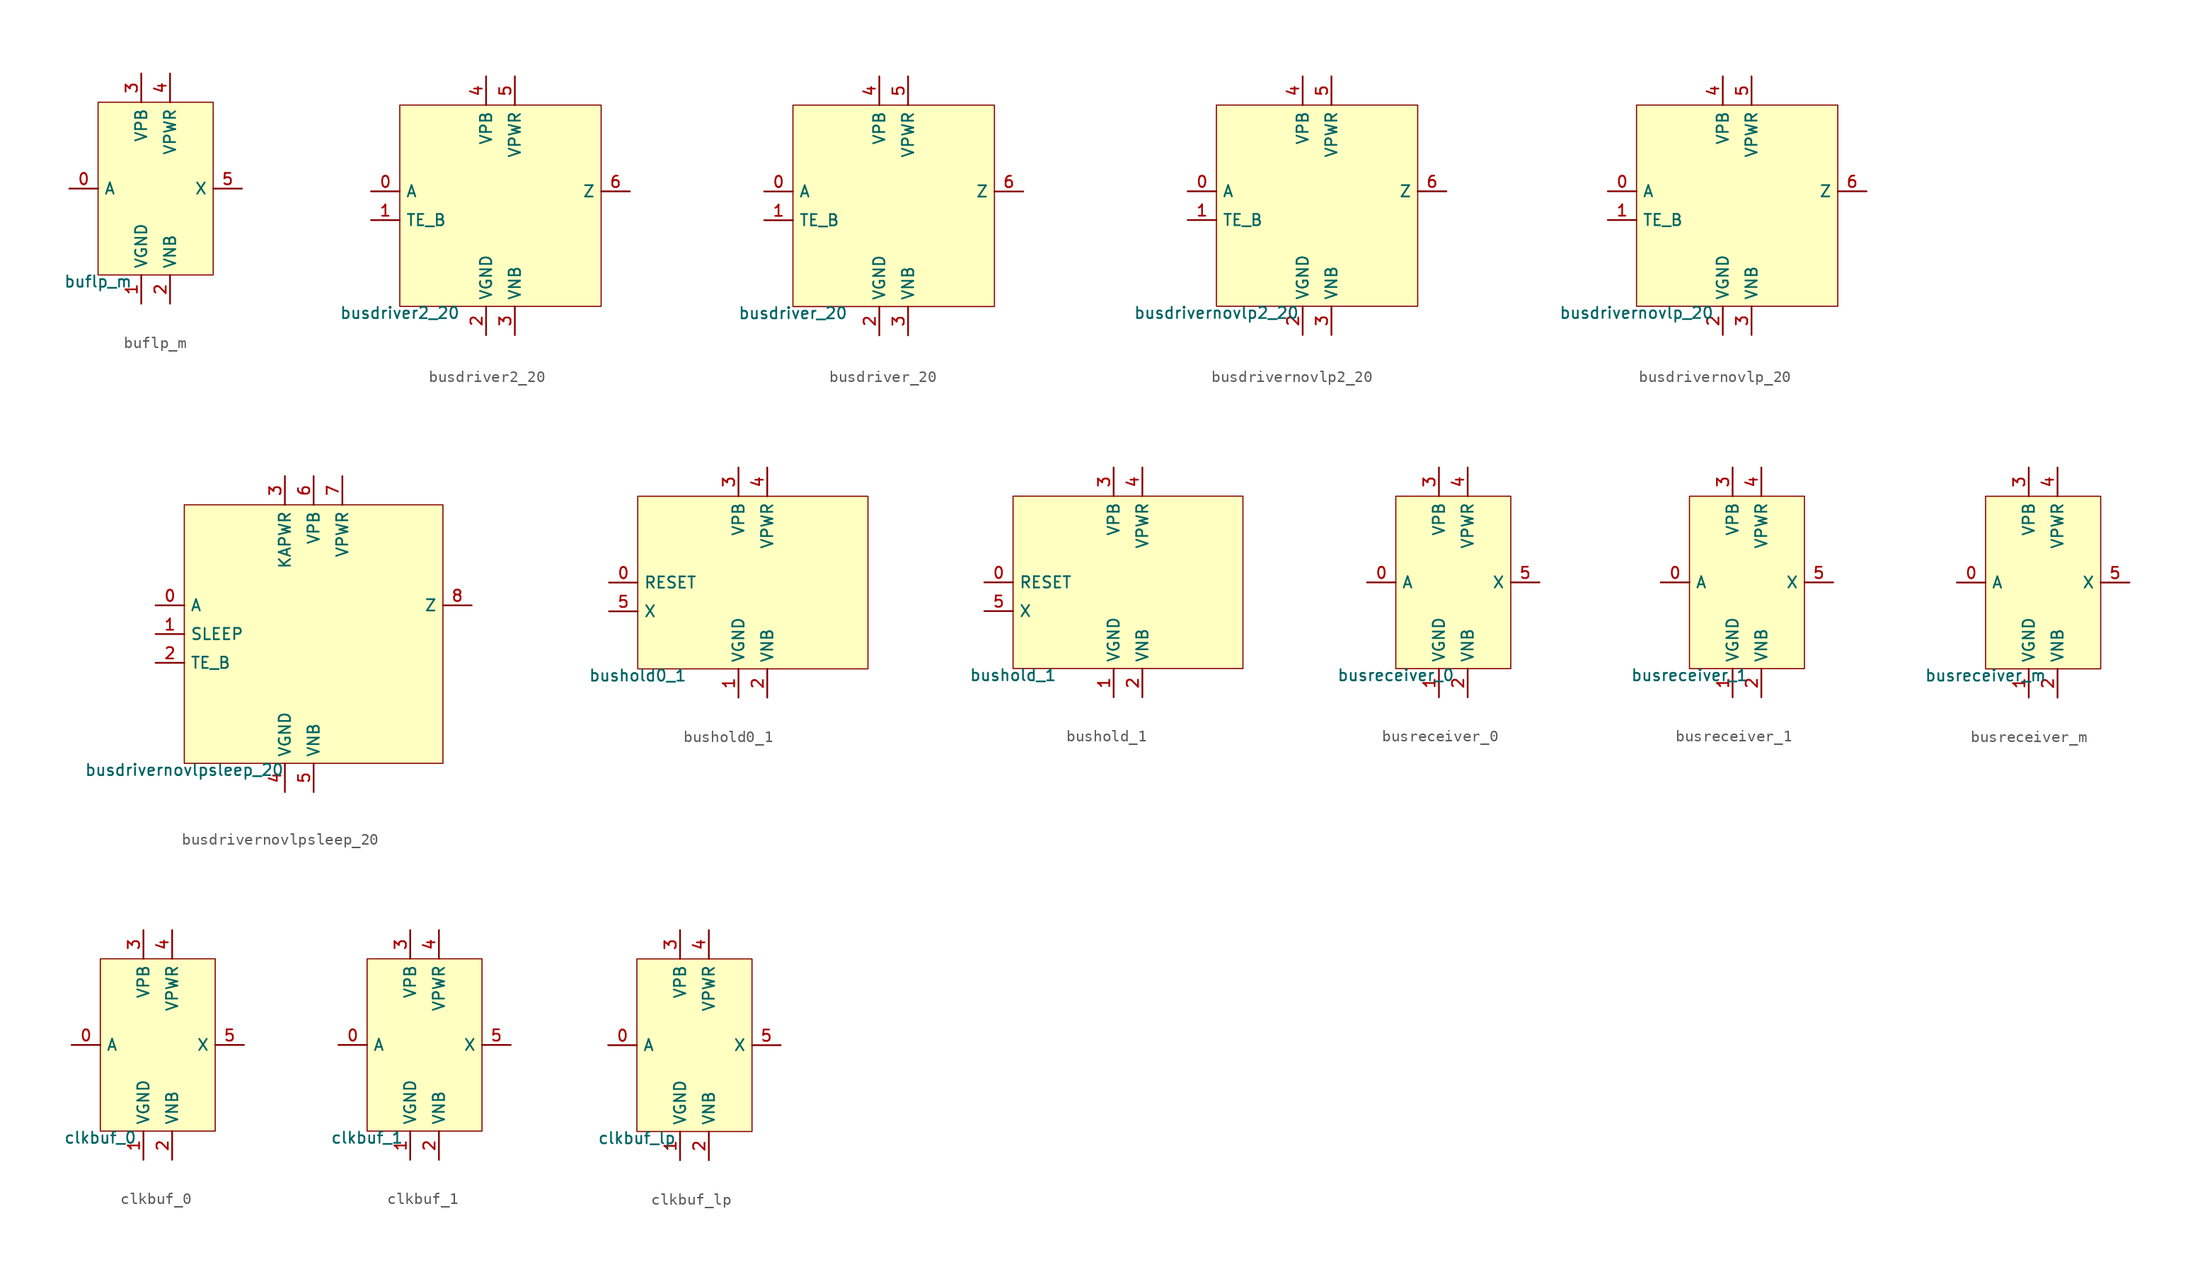
<source format=kicad_sym>
(kicad_symbol_lib
  (version 20211014)
  (generator pdk2kicad)
  (symbol "buflp_m"
    (property "Reference" "X"
      (at 0 0 0)
      (effects (font (size 1 1)) hide))
    (property "Value" "buflp_m"
      (at -5.08 -7.62 0)
      (effects (font (size 1 1)) (justify top)))
    (rectangle
      (start -5.08 -7.62)
      (end 5.08 7.62)
      (stroke (width 0.1) (type solid) (color 0 0 0 0))
      (fill (type background)))
    (pin input line
      (at -7.62 0.0 0)
      (length 2.54)
      (name "A" (effects (font (size 1 1)) hide))
      (number "0" (effects (font (size 1 1)) hide)))
    (pin power_in line
      (at -1.27 -10.16 90)
      (length 2.54)
      (name "VGND" (effects (font (size 1 1)) hide))
      (number "1" (effects (font (size 1 1)) hide)))
    (pin power_in line
      (at 1.27 -10.16 90)
      (length 2.54)
      (name "VNB" (effects (font (size 1 1)) hide))
      (number "2" (effects (font (size 1 1)) hide)))
    (pin power_in line
      (at -1.27 10.16 270)
      (length 2.54)
      (name "VPB" (effects (font (size 1 1)) hide))
      (number "3" (effects (font (size 1 1)) hide)))
    (pin power_in line
      (at 1.27 10.16 270)
      (length 2.54)
      (name "VPWR" (effects (font (size 1 1)) hide))
      (number "4" (effects (font (size 1 1)) hide)))
    (pin output line
      (at 7.62 0.0 180)
      (length 2.54)
      (name "X" (effects (font (size 1 1)) hide))
      (number "5" (effects (font (size 1 1)) hide))))
  (symbol "busdriver2_20"
    (property "Reference" "X"
      (at 0 0 0)
      (effects (font (size 1 1)) hide))
    (property "Value" "busdriver2_20"
      (at -8.89 -8.89 0)
      (effects (font (size 1 1)) (justify top)))
    (rectangle
      (start -8.89 -8.89)
      (end 8.89 8.89)
      (stroke (width 0.1) (type solid) (color 0 0 0 0))
      (fill (type background)))
    (pin input line
      (at -11.43 1.27 0)
      (length 2.54)
      (name "A" (effects (font (size 1 1)) hide))
      (number "0" (effects (font (size 1 1)) hide)))
    (pin input line
      (at -11.43 -1.27 0)
      (length 2.54)
      (name "TE_B" (effects (font (size 1 1)) hide))
      (number "1" (effects (font (size 1 1)) hide)))
    (pin power_in line
      (at -1.27 -11.43 90)
      (length 2.54)
      (name "VGND" (effects (font (size 1 1)) hide))
      (number "2" (effects (font (size 1 1)) hide)))
    (pin power_in line
      (at 1.27 -11.43 90)
      (length 2.54)
      (name "VNB" (effects (font (size 1 1)) hide))
      (number "3" (effects (font (size 1 1)) hide)))
    (pin power_in line
      (at -1.27 11.43 270)
      (length 2.54)
      (name "VPB" (effects (font (size 1 1)) hide))
      (number "4" (effects (font (size 1 1)) hide)))
    (pin power_in line
      (at 1.27 11.43 270)
      (length 2.54)
      (name "VPWR" (effects (font (size 1 1)) hide))
      (number "5" (effects (font (size 1 1)) hide)))
    (pin output line
      (at 11.43 1.27 180)
      (length 2.54)
      (name "Z" (effects (font (size 1 1)) hide))
      (number "6" (effects (font (size 1 1)) hide))))
  (symbol "busdriver_20"
    (property "Reference" "X"
      (at 0 0 0)
      (effects (font (size 1 1)) hide))
    (property "Value" "busdriver_20"
      (at -8.89 -8.89 0)
      (effects (font (size 1 1)) (justify top)))
    (rectangle
      (start -8.89 -8.89)
      (end 8.89 8.89)
      (stroke (width 0.1) (type solid) (color 0 0 0 0))
      (fill (type background)))
    (pin input line
      (at -11.43 1.27 0)
      (length 2.54)
      (name "A" (effects (font (size 1 1)) hide))
      (number "0" (effects (font (size 1 1)) hide)))
    (pin input line
      (at -11.43 -1.27 0)
      (length 2.54)
      (name "TE_B" (effects (font (size 1 1)) hide))
      (number "1" (effects (font (size 1 1)) hide)))
    (pin power_in line
      (at -1.27 -11.43 90)
      (length 2.54)
      (name "VGND" (effects (font (size 1 1)) hide))
      (number "2" (effects (font (size 1 1)) hide)))
    (pin power_in line
      (at 1.27 -11.43 90)
      (length 2.54)
      (name "VNB" (effects (font (size 1 1)) hide))
      (number "3" (effects (font (size 1 1)) hide)))
    (pin power_in line
      (at -1.27 11.43 270)
      (length 2.54)
      (name "VPB" (effects (font (size 1 1)) hide))
      (number "4" (effects (font (size 1 1)) hide)))
    (pin power_in line
      (at 1.27 11.43 270)
      (length 2.54)
      (name "VPWR" (effects (font (size 1 1)) hide))
      (number "5" (effects (font (size 1 1)) hide)))
    (pin output line
      (at 11.43 1.27 180)
      (length 2.54)
      (name "Z" (effects (font (size 1 1)) hide))
      (number "6" (effects (font (size 1 1)) hide))))
  (symbol "busdrivernovlp2_20"
    (property "Reference" "X"
      (at 0 0 0)
      (effects (font (size 1 1)) hide))
    (property "Value" "busdrivernovlp2_20"
      (at -8.89 -8.89 0)
      (effects (font (size 1 1)) (justify top)))
    (rectangle
      (start -8.89 -8.89)
      (end 8.89 8.89)
      (stroke (width 0.1) (type solid) (color 0 0 0 0))
      (fill (type background)))
    (pin input line
      (at -11.43 1.27 0)
      (length 2.54)
      (name "A" (effects (font (size 1 1)) hide))
      (number "0" (effects (font (size 1 1)) hide)))
    (pin input line
      (at -11.43 -1.27 0)
      (length 2.54)
      (name "TE_B" (effects (font (size 1 1)) hide))
      (number "1" (effects (font (size 1 1)) hide)))
    (pin power_in line
      (at -1.27 -11.43 90)
      (length 2.54)
      (name "VGND" (effects (font (size 1 1)) hide))
      (number "2" (effects (font (size 1 1)) hide)))
    (pin power_in line
      (at 1.27 -11.43 90)
      (length 2.54)
      (name "VNB" (effects (font (size 1 1)) hide))
      (number "3" (effects (font (size 1 1)) hide)))
    (pin power_in line
      (at -1.27 11.43 270)
      (length 2.54)
      (name "VPB" (effects (font (size 1 1)) hide))
      (number "4" (effects (font (size 1 1)) hide)))
    (pin power_in line
      (at 1.27 11.43 270)
      (length 2.54)
      (name "VPWR" (effects (font (size 1 1)) hide))
      (number "5" (effects (font (size 1 1)) hide)))
    (pin output line
      (at 11.43 1.27 180)
      (length 2.54)
      (name "Z" (effects (font (size 1 1)) hide))
      (number "6" (effects (font (size 1 1)) hide))))
  (symbol "busdrivernovlp_20"
    (property "Reference" "X"
      (at 0 0 0)
      (effects (font (size 1 1)) hide))
    (property "Value" "busdrivernovlp_20"
      (at -8.89 -8.89 0)
      (effects (font (size 1 1)) (justify top)))
    (rectangle
      (start -8.89 -8.89)
      (end 8.89 8.89)
      (stroke (width 0.1) (type solid) (color 0 0 0 0))
      (fill (type background)))
    (pin input line
      (at -11.43 1.27 0)
      (length 2.54)
      (name "A" (effects (font (size 1 1)) hide))
      (number "0" (effects (font (size 1 1)) hide)))
    (pin input line
      (at -11.43 -1.27 0)
      (length 2.54)
      (name "TE_B" (effects (font (size 1 1)) hide))
      (number "1" (effects (font (size 1 1)) hide)))
    (pin power_in line
      (at -1.27 -11.43 90)
      (length 2.54)
      (name "VGND" (effects (font (size 1 1)) hide))
      (number "2" (effects (font (size 1 1)) hide)))
    (pin power_in line
      (at 1.27 -11.43 90)
      (length 2.54)
      (name "VNB" (effects (font (size 1 1)) hide))
      (number "3" (effects (font (size 1 1)) hide)))
    (pin power_in line
      (at -1.27 11.43 270)
      (length 2.54)
      (name "VPB" (effects (font (size 1 1)) hide))
      (number "4" (effects (font (size 1 1)) hide)))
    (pin power_in line
      (at 1.27 11.43 270)
      (length 2.54)
      (name "VPWR" (effects (font (size 1 1)) hide))
      (number "5" (effects (font (size 1 1)) hide)))
    (pin output line
      (at 11.43 1.27 180)
      (length 2.54)
      (name "Z" (effects (font (size 1 1)) hide))
      (number "6" (effects (font (size 1 1)) hide))))
  (symbol "busdrivernovlpsleep_20"
    (property "Reference" "X"
      (at 0 0 0)
      (effects (font (size 1 1)) hide))
    (property "Value" "busdrivernovlpsleep_20"
      (at -11.43 -11.43 0)
      (effects (font (size 1 1)) (justify top)))
    (rectangle
      (start -11.43 -11.43)
      (end 11.43 11.43)
      (stroke (width 0.1) (type solid) (color 0 0 0 0))
      (fill (type background)))
    (pin input line
      (at -13.97 2.54 0)
      (length 2.54)
      (name "A" (effects (font (size 1 1)) hide))
      (number "0" (effects (font (size 1 1)) hide)))
    (pin input line
      (at -13.97 0.0 0)
      (length 2.54)
      (name "SLEEP" (effects (font (size 1 1)) hide))
      (number "1" (effects (font (size 1 1)) hide)))
    (pin input line
      (at -13.97 -2.54 0)
      (length 2.54)
      (name "TE_B" (effects (font (size 1 1)) hide))
      (number "2" (effects (font (size 1 1)) hide)))
    (pin power_in line
      (at -2.54 13.97 270)
      (length 2.54)
      (name "KAPWR" (effects (font (size 1 1)) hide))
      (number "3" (effects (font (size 1 1)) hide)))
    (pin power_in line
      (at -2.54 -13.97 90)
      (length 2.54)
      (name "VGND" (effects (font (size 1 1)) hide))
      (number "4" (effects (font (size 1 1)) hide)))
    (pin power_in line
      (at 0.0 -13.97 90)
      (length 2.54)
      (name "VNB" (effects (font (size 1 1)) hide))
      (number "5" (effects (font (size 1 1)) hide)))
    (pin power_in line
      (at 0.0 13.97 270)
      (length 2.54)
      (name "VPB" (effects (font (size 1 1)) hide))
      (number "6" (effects (font (size 1 1)) hide)))
    (pin power_in line
      (at 2.54 13.97 270)
      (length 2.54)
      (name "VPWR" (effects (font (size 1 1)) hide))
      (number "7" (effects (font (size 1 1)) hide)))
    (pin output line
      (at 13.97 2.54 180)
      (length 2.54)
      (name "Z" (effects (font (size 1 1)) hide))
      (number "8" (effects (font (size 1 1)) hide))))
  (symbol "bushold0_1"
    (property "Reference" "X"
      (at 0 0 0)
      (effects (font (size 1 1)) hide))
    (property "Value" "bushold0_1"
      (at -10.16 -7.62 0)
      (effects (font (size 1 1)) (justify top)))
    (rectangle
      (start -10.16 -7.62)
      (end 10.16 7.62)
      (stroke (width 0.1) (type solid) (color 0 0 0 0))
      (fill (type background)))
    (pin input line
      (at -12.7 0.0 0)
      (length 2.54)
      (name "RESET" (effects (font (size 1 1)) hide))
      (number "0" (effects (font (size 1 1)) hide)))
    (pin power_in line
      (at -1.27 -10.16 90)
      (length 2.54)
      (name "VGND" (effects (font (size 1 1)) hide))
      (number "1" (effects (font (size 1 1)) hide)))
    (pin power_in line
      (at 1.27 -10.16 90)
      (length 2.54)
      (name "VNB" (effects (font (size 1 1)) hide))
      (number "2" (effects (font (size 1 1)) hide)))
    (pin power_in line
      (at -1.27 10.16 270)
      (length 2.54)
      (name "VPB" (effects (font (size 1 1)) hide))
      (number "3" (effects (font (size 1 1)) hide)))
    (pin power_in line
      (at 1.27 10.16 270)
      (length 2.54)
      (name "VPWR" (effects (font (size 1 1)) hide))
      (number "4" (effects (font (size 1 1)) hide)))
    (pin bidirectional line
      (at -12.7 -2.54 0)
      (length 2.54)
      (name "X" (effects (font (size 1 1)) hide))
      (number "5" (effects (font (size 1 1)) hide))))
  (symbol "bushold_1"
    (property "Reference" "X"
      (at 0 0 0)
      (effects (font (size 1 1)) hide))
    (property "Value" "bushold_1"
      (at -10.16 -7.62 0)
      (effects (font (size 1 1)) (justify top)))
    (rectangle
      (start -10.16 -7.62)
      (end 10.16 7.62)
      (stroke (width 0.1) (type solid) (color 0 0 0 0))
      (fill (type background)))
    (pin input line
      (at -12.7 0.0 0)
      (length 2.54)
      (name "RESET" (effects (font (size 1 1)) hide))
      (number "0" (effects (font (size 1 1)) hide)))
    (pin power_in line
      (at -1.27 -10.16 90)
      (length 2.54)
      (name "VGND" (effects (font (size 1 1)) hide))
      (number "1" (effects (font (size 1 1)) hide)))
    (pin power_in line
      (at 1.27 -10.16 90)
      (length 2.54)
      (name "VNB" (effects (font (size 1 1)) hide))
      (number "2" (effects (font (size 1 1)) hide)))
    (pin power_in line
      (at -1.27 10.16 270)
      (length 2.54)
      (name "VPB" (effects (font (size 1 1)) hide))
      (number "3" (effects (font (size 1 1)) hide)))
    (pin power_in line
      (at 1.27 10.16 270)
      (length 2.54)
      (name "VPWR" (effects (font (size 1 1)) hide))
      (number "4" (effects (font (size 1 1)) hide)))
    (pin bidirectional line
      (at -12.7 -2.54 0)
      (length 2.54)
      (name "X" (effects (font (size 1 1)) hide))
      (number "5" (effects (font (size 1 1)) hide))))
  (symbol "busreceiver_0"
    (property "Reference" "X"
      (at 0 0 0)
      (effects (font (size 1 1)) hide))
    (property "Value" "busreceiver_0"
      (at -5.08 -7.62 0)
      (effects (font (size 1 1)) (justify top)))
    (rectangle
      (start -5.08 -7.62)
      (end 5.08 7.62)
      (stroke (width 0.1) (type solid) (color 0 0 0 0))
      (fill (type background)))
    (pin input line
      (at -7.62 0.0 0)
      (length 2.54)
      (name "A" (effects (font (size 1 1)) hide))
      (number "0" (effects (font (size 1 1)) hide)))
    (pin power_in line
      (at -1.27 -10.16 90)
      (length 2.54)
      (name "VGND" (effects (font (size 1 1)) hide))
      (number "1" (effects (font (size 1 1)) hide)))
    (pin power_in line
      (at 1.27 -10.16 90)
      (length 2.54)
      (name "VNB" (effects (font (size 1 1)) hide))
      (number "2" (effects (font (size 1 1)) hide)))
    (pin power_in line
      (at -1.27 10.16 270)
      (length 2.54)
      (name "VPB" (effects (font (size 1 1)) hide))
      (number "3" (effects (font (size 1 1)) hide)))
    (pin power_in line
      (at 1.27 10.16 270)
      (length 2.54)
      (name "VPWR" (effects (font (size 1 1)) hide))
      (number "4" (effects (font (size 1 1)) hide)))
    (pin output line
      (at 7.62 0.0 180)
      (length 2.54)
      (name "X" (effects (font (size 1 1)) hide))
      (number "5" (effects (font (size 1 1)) hide))))
  (symbol "busreceiver_1"
    (property "Reference" "X"
      (at 0 0 0)
      (effects (font (size 1 1)) hide))
    (property "Value" "busreceiver_1"
      (at -5.08 -7.62 0)
      (effects (font (size 1 1)) (justify top)))
    (rectangle
      (start -5.08 -7.62)
      (end 5.08 7.62)
      (stroke (width 0.1) (type solid) (color 0 0 0 0))
      (fill (type background)))
    (pin input line
      (at -7.62 0.0 0)
      (length 2.54)
      (name "A" (effects (font (size 1 1)) hide))
      (number "0" (effects (font (size 1 1)) hide)))
    (pin power_in line
      (at -1.27 -10.16 90)
      (length 2.54)
      (name "VGND" (effects (font (size 1 1)) hide))
      (number "1" (effects (font (size 1 1)) hide)))
    (pin power_in line
      (at 1.27 -10.16 90)
      (length 2.54)
      (name "VNB" (effects (font (size 1 1)) hide))
      (number "2" (effects (font (size 1 1)) hide)))
    (pin power_in line
      (at -1.27 10.16 270)
      (length 2.54)
      (name "VPB" (effects (font (size 1 1)) hide))
      (number "3" (effects (font (size 1 1)) hide)))
    (pin power_in line
      (at 1.27 10.16 270)
      (length 2.54)
      (name "VPWR" (effects (font (size 1 1)) hide))
      (number "4" (effects (font (size 1 1)) hide)))
    (pin output line
      (at 7.62 0.0 180)
      (length 2.54)
      (name "X" (effects (font (size 1 1)) hide))
      (number "5" (effects (font (size 1 1)) hide))))
  (symbol "busreceiver_m"
    (property "Reference" "X"
      (at 0 0 0)
      (effects (font (size 1 1)) hide))
    (property "Value" "busreceiver_m"
      (at -5.08 -7.62 0)
      (effects (font (size 1 1)) (justify top)))
    (rectangle
      (start -5.08 -7.62)
      (end 5.08 7.62)
      (stroke (width 0.1) (type solid) (color 0 0 0 0))
      (fill (type background)))
    (pin input line
      (at -7.62 0.0 0)
      (length 2.54)
      (name "A" (effects (font (size 1 1)) hide))
      (number "0" (effects (font (size 1 1)) hide)))
    (pin power_in line
      (at -1.27 -10.16 90)
      (length 2.54)
      (name "VGND" (effects (font (size 1 1)) hide))
      (number "1" (effects (font (size 1 1)) hide)))
    (pin power_in line
      (at 1.27 -10.16 90)
      (length 2.54)
      (name "VNB" (effects (font (size 1 1)) hide))
      (number "2" (effects (font (size 1 1)) hide)))
    (pin power_in line
      (at -1.27 10.16 270)
      (length 2.54)
      (name "VPB" (effects (font (size 1 1)) hide))
      (number "3" (effects (font (size 1 1)) hide)))
    (pin power_in line
      (at 1.27 10.16 270)
      (length 2.54)
      (name "VPWR" (effects (font (size 1 1)) hide))
      (number "4" (effects (font (size 1 1)) hide)))
    (pin output line
      (at 7.62 0.0 180)
      (length 2.54)
      (name "X" (effects (font (size 1 1)) hide))
      (number "5" (effects (font (size 1 1)) hide))))
  (symbol "clkbuf_0"
    (property "Reference" "X"
      (at 0 0 0)
      (effects (font (size 1 1)) hide))
    (property "Value" "clkbuf_0"
      (at -5.08 -7.62 0)
      (effects (font (size 1 1)) (justify top)))
    (rectangle
      (start -5.08 -7.62)
      (end 5.08 7.62)
      (stroke (width 0.1) (type solid) (color 0 0 0 0))
      (fill (type background)))
    (pin input line
      (at -7.62 0.0 0)
      (length 2.54)
      (name "A" (effects (font (size 1 1)) hide))
      (number "0" (effects (font (size 1 1)) hide)))
    (pin power_in line
      (at -1.27 -10.16 90)
      (length 2.54)
      (name "VGND" (effects (font (size 1 1)) hide))
      (number "1" (effects (font (size 1 1)) hide)))
    (pin power_in line
      (at 1.27 -10.16 90)
      (length 2.54)
      (name "VNB" (effects (font (size 1 1)) hide))
      (number "2" (effects (font (size 1 1)) hide)))
    (pin power_in line
      (at -1.27 10.16 270)
      (length 2.54)
      (name "VPB" (effects (font (size 1 1)) hide))
      (number "3" (effects (font (size 1 1)) hide)))
    (pin power_in line
      (at 1.27 10.16 270)
      (length 2.54)
      (name "VPWR" (effects (font (size 1 1)) hide))
      (number "4" (effects (font (size 1 1)) hide)))
    (pin output line
      (at 7.62 0.0 180)
      (length 2.54)
      (name "X" (effects (font (size 1 1)) hide))
      (number "5" (effects (font (size 1 1)) hide))))
  (symbol "clkbuf_1"
    (property "Reference" "X"
      (at 0 0 0)
      (effects (font (size 1 1)) hide))
    (property "Value" "clkbuf_1"
      (at -5.08 -7.62 0)
      (effects (font (size 1 1)) (justify top)))
    (rectangle
      (start -5.08 -7.62)
      (end 5.08 7.62)
      (stroke (width 0.1) (type solid) (color 0 0 0 0))
      (fill (type background)))
    (pin input line
      (at -7.62 0.0 0)
      (length 2.54)
      (name "A" (effects (font (size 1 1)) hide))
      (number "0" (effects (font (size 1 1)) hide)))
    (pin power_in line
      (at -1.27 -10.16 90)
      (length 2.54)
      (name "VGND" (effects (font (size 1 1)) hide))
      (number "1" (effects (font (size 1 1)) hide)))
    (pin power_in line
      (at 1.27 -10.16 90)
      (length 2.54)
      (name "VNB" (effects (font (size 1 1)) hide))
      (number "2" (effects (font (size 1 1)) hide)))
    (pin power_in line
      (at -1.27 10.16 270)
      (length 2.54)
      (name "VPB" (effects (font (size 1 1)) hide))
      (number "3" (effects (font (size 1 1)) hide)))
    (pin power_in line
      (at 1.27 10.16 270)
      (length 2.54)
      (name "VPWR" (effects (font (size 1 1)) hide))
      (number "4" (effects (font (size 1 1)) hide)))
    (pin output line
      (at 7.62 0.0 180)
      (length 2.54)
      (name "X" (effects (font (size 1 1)) hide))
      (number "5" (effects (font (size 1 1)) hide))))
  (symbol "clkbuf_lp"
    (property "Reference" "X"
      (at 0 0 0)
      (effects (font (size 1 1)) hide))
    (property "Value" "clkbuf_lp"
      (at -5.08 -7.62 0)
      (effects (font (size 1 1)) (justify top)))
    (rectangle
      (start -5.08 -7.62)
      (end 5.08 7.62)
      (stroke (width 0.1) (type solid) (color 0 0 0 0))
      (fill (type background)))
    (pin input line
      (at -7.62 0.0 0)
      (length 2.54)
      (name "A" (effects (font (size 1 1)) hide))
      (number "0" (effects (font (size 1 1)) hide)))
    (pin power_in line
      (at -1.27 -10.16 90)
      (length 2.54)
      (name "VGND" (effects (font (size 1 1)) hide))
      (number "1" (effects (font (size 1 1)) hide)))
    (pin power_in line
      (at 1.27 -10.16 90)
      (length 2.54)
      (name "VNB" (effects (font (size 1 1)) hide))
      (number "2" (effects (font (size 1 1)) hide)))
    (pin power_in line
      (at -1.27 10.16 270)
      (length 2.54)
      (name "VPB" (effects (font (size 1 1)) hide))
      (number "3" (effects (font (size 1 1)) hide)))
    (pin power_in line
      (at 1.27 10.16 270)
      (length 2.54)
      (name "VPWR" (effects (font (size 1 1)) hide))
      (number "4" (effects (font (size 1 1)) hide)))
    (pin output line
      (at 7.62 0.0 180)
      (length 2.54)
      (name "X" (effects (font (size 1 1)) hide))
      (number "5" (effects (font (size 1 1)) hide)))))
</source>
